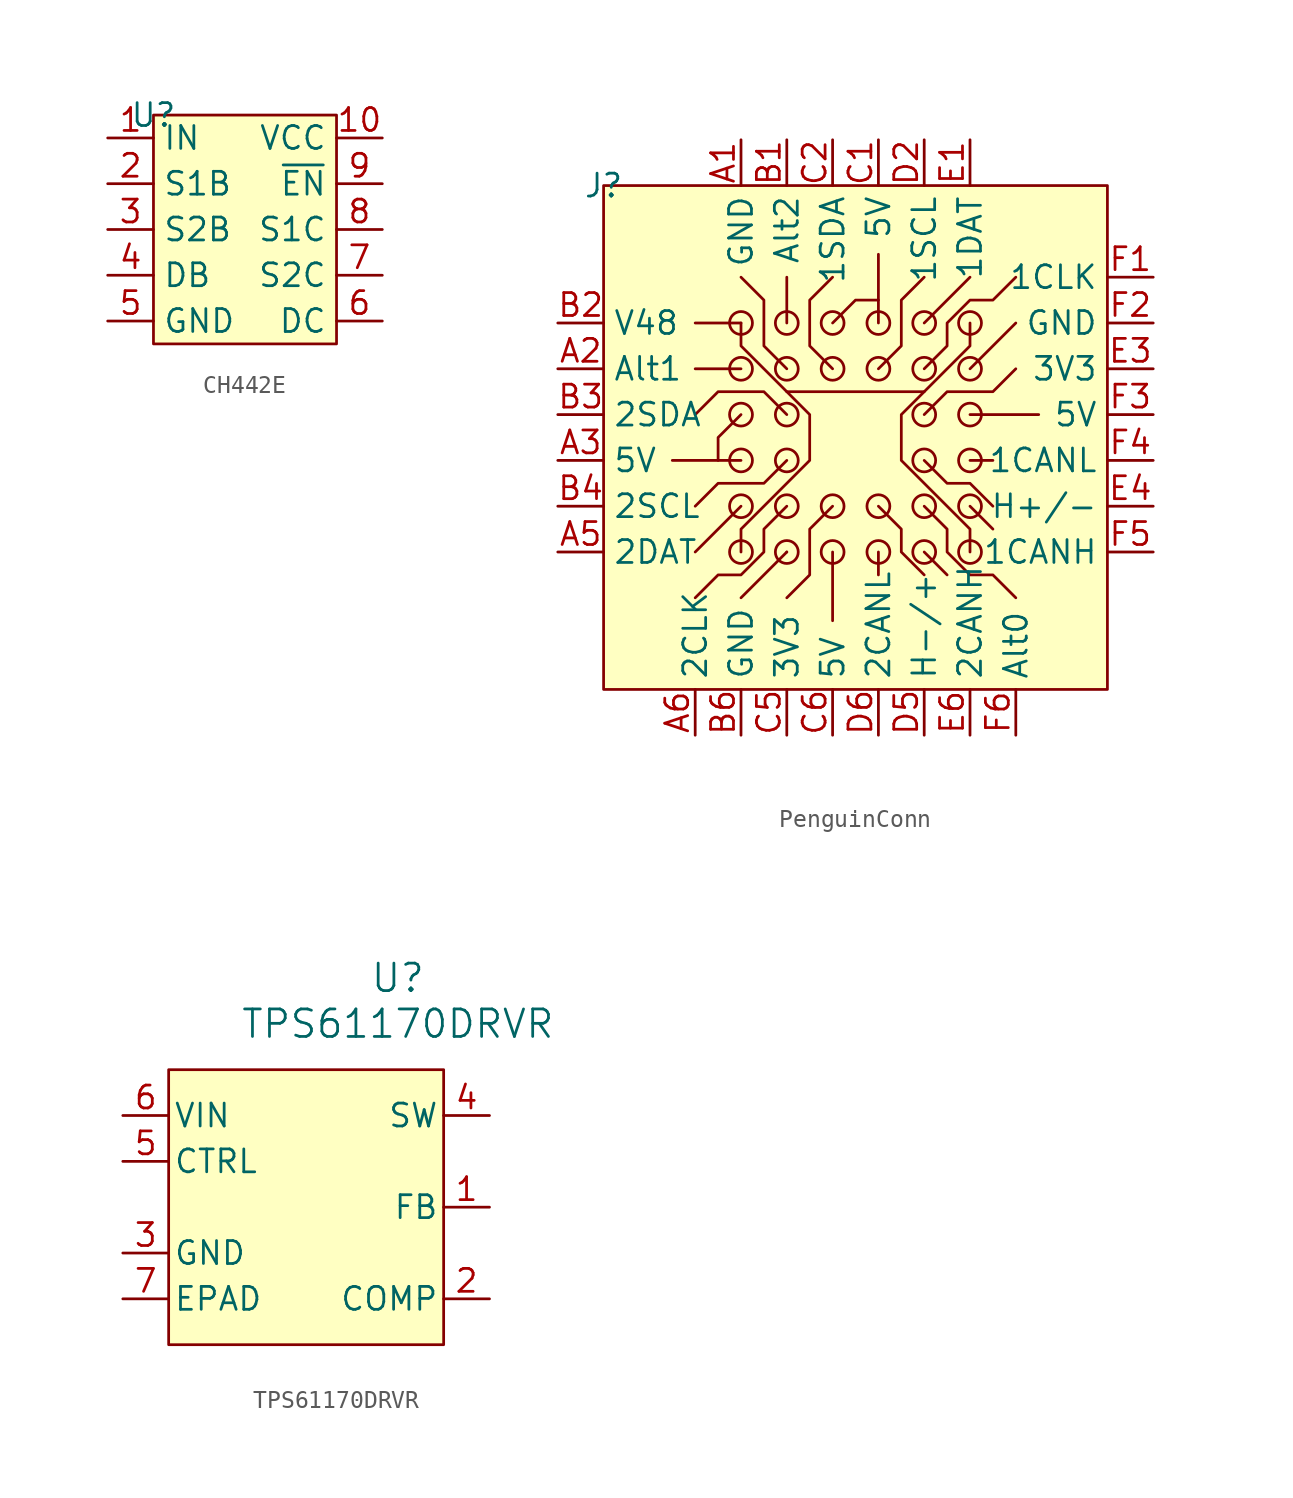
<source format=kicad_sym>
(kicad_symbol_lib
  (version 20231120)
  (generator "kicad_symbol_editor")
  (generator_version "8.0")
  (symbol "CH442E"
    (property "Reference" "U"
      (at 0 0 0)
      (effects (font (size 1.27 1.27))))
    (property "Value" ""
      (at 0 0 0)
      (effects (font (size 1.27 1.27))))
    (symbol "CH442E_1_1"
      (rectangle (start 0 0) (end 10.16 -12.7) (stroke (width 0) (type default)) (fill (type background)))
      (pin input line (at -2.54 -1.27 0) (length 2.54) (name "IN" (effects (font (size 1.27 1.27)))) (number "1" (effects (font (size 1.27 1.27)))))
      (pin input line (at 12.7 -1.27 180) (length 2.54) (name "VCC" (effects (font (size 1.27 1.27)))) (number "10" (effects (font (size 1.27 1.27)))))
      (pin input line (at -2.54 -3.81 0) (length 2.54) (name "S1B" (effects (font (size 1.27 1.27)))) (number "2" (effects (font (size 1.27 1.27)))))
      (pin input line (at -2.54 -6.35 0) (length 2.54) (name "S2B" (effects (font (size 1.27 1.27)))) (number "3" (effects (font (size 1.27 1.27)))))
      (pin input line (at -2.54 -8.89 0) (length 2.54) (name "DB" (effects (font (size 1.27 1.27)))) (number "4" (effects (font (size 1.27 1.27)))))
      (pin input line (at -2.54 -11.43 0) (length 2.54) (name "GND" (effects (font (size 1.27 1.27)))) (number "5" (effects (font (size 1.27 1.27)))))
      (pin input line (at 12.7 -11.43 180) (length 2.54) (name "DC" (effects (font (size 1.27 1.27)))) (number "6" (effects (font (size 1.27 1.27)))))
      (pin input line (at 12.7 -8.89 180) (length 2.54) (name "S2C" (effects (font (size 1.27 1.27)))) (number "7" (effects (font (size 1.27 1.27)))))
      (pin input line (at 12.7 -6.35 180) (length 2.54) (name "S1C" (effects (font (size 1.27 1.27)))) (number "8" (effects (font (size 1.27 1.27)))))
      (pin input line (at 12.7 -3.81 180) (length 2.54) (name "~{EN}" (effects (font (size 1.27 1.27)))) (number "9" (effects (font (size 1.27 1.27)))))))
  (symbol "PenguinConn"
    (property "Reference" "J"
      (at 0 0 0)
      (effects (font (size 1.27 1.27))))
    (property "Value" ""
      (at 0 0 0)
      (effects (font (size 1.27 1.27))))
    (symbol "PenguinConn_0_1"
      (polyline (pts (xy 5.08 -7.62) (xy 7.62 -7.62)) (stroke (width 0) (type default)) (fill (type none)))
      (polyline (pts (xy 7.62 -17.78) (xy 5.08 -20.32)) (stroke (width 0) (type default)) (fill (type none)))
      (polyline (pts (xy 7.62 -15.24) (xy 3.81 -15.24)) (stroke (width 0) (type default)) (fill (type none)))
      (polyline (pts (xy 10.16 -20.32) (xy 7.62 -22.86)) (stroke (width 0) (type default)) (fill (type none)))
      (polyline (pts (xy 10.16 -20.32) (xy 10.16 -20.32)) (stroke (width 0) (type default)) (fill (type none)))
      (polyline (pts (xy 10.16 -7.62) (xy 10.16 -5.08)) (stroke (width 0) (type default)) (fill (type none)))
      (polyline (pts (xy 12.7 -20.32) (xy 12.7 -24.13)) (stroke (width 0) (type default)) (fill (type none)))
      (polyline (pts (xy 15.24 -20.32) (xy 15.24 -21.59)) (stroke (width 0) (type default)) (fill (type none)))
      (polyline (pts (xy 15.24 -7.62) (xy 15.24 -3.81)) (stroke (width 0) (type default)) (fill (type none)))
      (polyline (pts (xy 17.78 -20.32) (xy 19.05 -21.59)) (stroke (width 0) (type default)) (fill (type none)))
      (polyline (pts (xy 17.78 -7.62) (xy 20.32 -5.08)) (stroke (width 0) (type default)) (fill (type none)))
      (polyline (pts (xy 20.32 -17.78) (xy 21.59 -19.05)) (stroke (width 0) (type default)) (fill (type none)))
      (polyline (pts (xy 20.32 -15.24) (xy 21.59 -15.24)) (stroke (width 0) (type default)) (fill (type none)))
      (polyline (pts (xy 20.32 -12.7) (xy 24.13 -12.7)) (stroke (width 0) (type default)) (fill (type none)))
      (polyline (pts (xy 20.32 -10.16) (xy 22.86 -7.62)) (stroke (width 0) (type default)) (fill (type none)))
      (polyline (pts (xy 7.62 -12.7) (xy 6.35 -13.97) (xy 6.35 -15.24)) (stroke (width 0) (type default)) (fill (type none)))
      (polyline (pts (xy 12.7 -7.62) (xy 13.97 -6.35) (xy 15.24 -6.35)) (stroke (width 0) (type default)) (fill (type none)))
      (polyline (pts (xy 7.62 -5.08) (xy 8.89 -6.35) (xy 8.89 -8.89) (xy 10.16 -10.16)) (stroke (width 0) (type default)) (fill (type none)))
      (polyline (pts (xy 10.16 -15.24) (xy 8.89 -16.51) (xy 6.35 -16.51) (xy 5.08 -17.78)) (stroke (width 0) (type default)) (fill (type none)))
      (polyline (pts (xy 10.16 -12.7) (xy 8.89 -11.43) (xy 6.35 -11.43) (xy 5.08 -12.7)) (stroke (width 0) (type default)) (fill (type none)))
      (polyline (pts (xy 12.7 -17.78) (xy 11.43 -19.05) (xy 11.43 -21.59) (xy 10.16 -22.86)) (stroke (width 0) (type default)) (fill (type none)))
      (polyline (pts (xy 12.7 -10.16) (xy 11.43 -8.89) (xy 11.43 -6.35) (xy 12.7 -5.08)) (stroke (width 0) (type default)) (fill (type none)))
      (polyline (pts (xy 15.24 -17.78) (xy 16.51 -19.05) (xy 16.51 -20.32) (xy 17.78 -21.59)) (stroke (width 0) (type default)) (fill (type none)))
      (polyline (pts (xy 15.24 -10.16) (xy 16.51 -8.89) (xy 16.51 -6.35) (xy 17.78 -5.08)) (stroke (width 0) (type default)) (fill (type none)))
      (polyline (pts (xy 17.78 -15.24) (xy 19.05 -16.51) (xy 20.32 -16.51) (xy 21.59 -17.78)) (stroke (width 0) (type default)) (fill (type none)))
      (polyline (pts (xy 17.78 -12.7) (xy 19.05 -11.43) (xy 21.59 -11.43) (xy 22.86 -10.16)) (stroke (width 0) (type default)) (fill (type none)))
      (polyline (pts (xy 7.62 -20.32) (xy 7.62 -19.05) (xy 11.43 -15.24) (xy 11.43 -12.7) (xy 10.16 -11.43)) (stroke (width 0) (type default)) (fill (type none)))
      (polyline (pts (xy 20.32 -20.32) (xy 20.32 -19.05) (xy 16.51 -15.24) (xy 16.51 -12.7) (xy 17.78 -11.43)) (stroke (width 0) (type default)) (fill (type none)))
      (polyline (pts (xy 5.08 -22.86) (xy 6.35 -21.59) (xy 7.62 -21.59) (xy 8.89 -20.32) (xy 8.89 -19.05) (xy 10.16 -17.78)) (stroke (width 0) (type default)) (fill (type none)))
      (polyline (pts (xy 17.78 -17.78) (xy 19.05 -19.05) (xy 19.05 -20.32) (xy 20.32 -21.59) (xy 21.59 -21.59) (xy 22.86 -22.86)) (stroke (width 0) (type default)) (fill (type none)))
      (polyline (pts (xy 17.78 -10.16) (xy 19.05 -8.89) (xy 19.05 -7.62) (xy 20.32 -6.35) (xy 21.59 -6.35) (xy 22.86 -5.08)) (stroke (width 0) (type default)) (fill (type none)))
      (polyline (pts (xy 7.62 -7.62) (xy 7.62 -8.89) (xy 8.89 -10.16) (xy 10.16 -11.43) (xy 16.51 -11.43) (xy 17.78 -11.43) (xy 19.05 -10.16) (xy 20.32 -8.89) (xy 20.32 -7.62)) (stroke (width 0) (type default)) (fill (type none)))
      (circle (center 7.62 -20.32) (radius 0.635) (stroke (width 0) (type default)) (fill (type none)))
      (circle (center 7.62 -17.78) (radius 0.635) (stroke (width 0) (type default)) (fill (type none)))
      (circle (center 7.62 -15.24) (radius 0.635) (stroke (width 0) (type default)) (fill (type none)))
      (circle (center 7.62 -12.7) (radius 0.635) (stroke (width 0) (type default)) (fill (type none)))
      (circle (center 10.16 -20.32) (radius 0.635) (stroke (width 0) (type default)) (fill (type none)))
      (circle (center 10.16 -17.78) (radius 0.635) (stroke (width 0) (type default)) (fill (type none)))
      (circle (center 10.16 -15.24) (radius 0.635) (stroke (width 0) (type default)) (fill (type none)))
      (circle (center 10.16 -12.7) (radius 0.635) (stroke (width 0) (type default)) (fill (type none)))
      (circle (center 10.16 -7.62) (radius 0.635) (stroke (width 0) (type default)) (fill (type none)))
      (circle (center 12.7 -20.32) (radius 0.635) (stroke (width 0) (type default)) (fill (type none)))
      (circle (center 12.7 -17.78) (radius 0.635) (stroke (width 0) (type default)) (fill (type none)))
      (circle (center 12.7 -10.16) (radius 0.635) (stroke (width 0) (type default)) (fill (type none)))
      (circle (center 12.7 -7.62) (radius 0.635) (stroke (width 0) (type default)) (fill (type none)))
      (circle (center 15.24 -20.32) (radius 0.635) (stroke (width 0) (type default)) (fill (type none)))
      (circle (center 15.24 -17.78) (radius 0.635) (stroke (width 0) (type default)) (fill (type none)))
      (circle (center 15.24 -10.16) (radius 0.635) (stroke (width 0) (type default)) (fill (type none)))
      (circle (center 15.24 -7.62) (radius 0.635) (stroke (width 0) (type default)) (fill (type none)))
      (circle (center 17.78 -20.32) (radius 0.635) (stroke (width 0) (type default)) (fill (type none)))
      (circle (center 17.78 -17.78) (radius 0.635) (stroke (width 0) (type default)) (fill (type none)))
      (circle (center 17.78 -15.24) (radius 0.635) (stroke (width 0) (type default)) (fill (type none)))
      (circle (center 17.78 -12.7) (radius 0.635) (stroke (width 0) (type default)) (fill (type none)))
      (circle (center 17.78 -10.16) (radius 0.635) (stroke (width 0) (type default)) (fill (type none)))
      (circle (center 17.78 -7.62) (radius 0.635) (stroke (width 0) (type default)) (fill (type none)))
      (circle (center 20.32 -20.32) (radius 0.635) (stroke (width 0) (type default)) (fill (type none)))
      (circle (center 20.32 -17.78) (radius 0.635) (stroke (width 0) (type default)) (fill (type none)))
      (circle (center 20.32 -15.24) (radius 0.635) (stroke (width 0) (type default)) (fill (type none)))
      (circle (center 20.32 -12.7) (radius 0.635) (stroke (width 0) (type default)) (fill (type none)))
      (circle (center 20.32 -10.16) (radius 0.635) (stroke (width 0) (type default)) (fill (type none)))
      (circle (center 20.32 -7.62) (radius 0.635) (stroke (width 0) (type default)) (fill (type none))))
    (symbol "PenguinConn_1_1"
      (polyline (pts (xy 7.62 -10.16) (xy 5.08 -10.16)) (stroke (width 0) (type default)) (fill (type none)))
      (rectangle (start 0 0) (end 27.94 -27.94) (stroke (width 0) (type default)) (fill (type background)))
      (circle (center 7.62 -10.16) (radius 0.635) (stroke (width 0) (type default)) (fill (type none)))
      (circle (center 7.62 -7.62) (radius 0.635) (stroke (width 0) (type default)) (fill (type none)))
      (circle (center 10.16 -10.16) (radius 0.635) (stroke (width 0) (type default)) (fill (type none)))
      (pin passive line (at 7.62 2.54 270) (length 2.54) (name "GND" (effects (font (size 1.27 1.27)))) (number "A1" (effects (font (size 1.27 1.27)))))
      (pin bidirectional line (at -2.54 -10.16 0) (length 2.54) (name "Alt1" (effects (font (size 1.27 1.27)))) (number "A2" (effects (font (size 1.27 1.27)))))
      (pin bidirectional line (at -2.54 -15.24 0) (length 2.54) (name "5V" (effects (font (size 1.27 1.27)))) (number "A3" (effects (font (size 1.27 1.27)))))
      (pin bidirectional line (at -2.54 -15.24 0) (length 2.54) hide (name "5V" (effects (font (size 1.27 1.27)))) (number "A4" (effects (font (size 1.27 1.27)))))
      (pin bidirectional line (at -2.54 -20.32 0) (length 2.54) (name "2DAT" (effects (font (size 1.27 1.27)))) (number "A5" (effects (font (size 1.27 1.27)))))
      (pin bidirectional line (at 5.08 -30.48 90) (length 2.54) (name "2CLK" (effects (font (size 1.27 1.27)))) (number "A6" (effects (font (size 1.27 1.27)))))
      (pin bidirectional line (at 10.16 2.54 270) (length 2.54) (name "Alt2" (effects (font (size 1.27 1.27)))) (number "B1" (effects (font (size 1.27 1.27)))))
      (pin bidirectional line (at -2.54 -7.62 0) (length 2.54) (name "V48" (effects (font (size 1.27 1.27)))) (number "B2" (effects (font (size 1.27 1.27)))))
      (pin bidirectional line (at -2.54 -12.7 0) (length 2.54) (name "2SDA" (effects (font (size 1.27 1.27)))) (number "B3" (effects (font (size 1.27 1.27)))))
      (pin bidirectional line (at -2.54 -17.78 0) (length 2.54) (name "2SCL" (effects (font (size 1.27 1.27)))) (number "B4" (effects (font (size 1.27 1.27)))))
      (pin bidirectional line (at -2.54 -7.62 0) (length 2.54) hide (name "V48" (effects (font (size 1.27 1.27)))) (number "B5" (effects (font (size 1.27 1.27)))))
      (pin passive line (at 7.62 -30.48 90) (length 2.54) (name "GND" (effects (font (size 1.27 1.27)))) (number "B6" (effects (font (size 1.27 1.27)))))
      (pin bidirectional line (at 15.24 2.54 270) (length 2.54) (name "5V" (effects (font (size 1.27 1.27)))) (number "C1" (effects (font (size 1.27 1.27)))))
      (pin bidirectional line (at 12.7 2.54 270) (length 2.54) (name "1SDA" (effects (font (size 1.27 1.27)))) (number "C2" (effects (font (size 1.27 1.27)))))
      (pin bidirectional line (at 10.16 -30.48 90) (length 2.54) (name "3V3" (effects (font (size 1.27 1.27)))) (number "C5" (effects (font (size 1.27 1.27)))))
      (pin bidirectional line (at 12.7 -30.48 90) (length 2.54) (name "5V" (effects (font (size 1.27 1.27)))) (number "C6" (effects (font (size 1.27 1.27)))))
      (pin bidirectional line (at 15.24 2.54 270) (length 2.54) hide (name "5V" (effects (font (size 1.27 1.27)))) (number "D1" (effects (font (size 1.27 1.27)))))
      (pin bidirectional line (at 17.78 2.54 270) (length 2.54) (name "1SCL" (effects (font (size 1.27 1.27)))) (number "D2" (effects (font (size 1.27 1.27)))))
      (pin bidirectional line (at 17.78 -30.48 90) (length 2.54) (name "H-/+" (effects (font (size 1.27 1.27)))) (number "D5" (effects (font (size 1.27 1.27)))))
      (pin bidirectional line (at 15.24 -30.48 90) (length 2.54) (name "2CANL" (effects (font (size 1.27 1.27)))) (number "D6" (effects (font (size 1.27 1.27)))))
      (pin bidirectional line (at 20.32 2.54 270) (length 2.54) (name "1DAT" (effects (font (size 1.27 1.27)))) (number "E1" (effects (font (size 1.27 1.27)))))
      (pin bidirectional line (at -2.54 -7.62 0) (length 2.54) hide (name "V48" (effects (font (size 1.27 1.27)))) (number "E2" (effects (font (size 1.27 1.27)))))
      (pin bidirectional line (at 30.48 -10.16 180) (length 2.54) (name "3V3" (effects (font (size 1.27 1.27)))) (number "E3" (effects (font (size 1.27 1.27)))))
      (pin bidirectional line (at 30.48 -17.78 180) (length 2.54) (name "H+/-" (effects (font (size 1.27 1.27)))) (number "E4" (effects (font (size 1.27 1.27)))))
      (pin bidirectional line (at -2.54 -7.62 0) (length 2.54) hide (name "V48" (effects (font (size 1.27 1.27)))) (number "E5" (effects (font (size 1.27 1.27)))))
      (pin bidirectional line (at 20.32 -30.48 90) (length 2.54) (name "2CANH" (effects (font (size 1.27 1.27)))) (number "E6" (effects (font (size 1.27 1.27)))))
      (pin bidirectional line (at 30.48 -5.08 180) (length 2.54) (name "1CLK" (effects (font (size 1.27 1.27)))) (number "F1" (effects (font (size 1.27 1.27)))))
      (pin passive line (at 30.48 -7.62 180) (length 2.54) (name "GND" (effects (font (size 1.27 1.27)))) (number "F2" (effects (font (size 1.27 1.27)))))
      (pin bidirectional line (at 30.48 -12.7 180) (length 2.54) (name "5V" (effects (font (size 1.27 1.27)))) (number "F3" (effects (font (size 1.27 1.27)))))
      (pin bidirectional line (at 30.48 -15.24 180) (length 2.54) (name "1CANL" (effects (font (size 1.27 1.27)))) (number "F4" (effects (font (size 1.27 1.27)))))
      (pin bidirectional line (at 30.48 -20.32 180) (length 2.54) (name "1CANH" (effects (font (size 1.27 1.27)))) (number "F5" (effects (font (size 1.27 1.27)))))
      (pin bidirectional line (at 22.86 -30.48 90) (length 2.54) (name "Alt0" (effects (font (size 1.27 1.27)))) (number "F6" (effects (font (size 1.27 1.27)))))))
  (symbol "TPS61170DRVR"
    (pin_names
      (offset 0.254))
    (property "Reference" "U"
      (at 20.32 10.16 0)
      (effects (font (size 1.524 1.524))))
    (property "Value" "TPS61170DRVR"
      (at 20.32 7.62 0)
      (effects (font (size 1.524 1.524))))
    (property "ki_locked" ""
      (at 0 0 0)
      (effects (font (size 1.27 1.27))))
    (symbol "TPS61170DRVR_1_1"
      (rectangle (start 7.62 5.08) (end 22.86 -10.16) (stroke (width 0) (type default)) (fill (type background)))
      (pin input line (at 25.4 -2.54 180) (length 2.54) (name "FB" (effects (font (size 1.27 1.27)))) (number "1" (effects (font (size 1.27 1.27)))))
      (pin output line (at 25.4 -7.62 180) (length 2.54) (name "COMP" (effects (font (size 1.27 1.27)))) (number "2" (effects (font (size 1.27 1.27)))))
      (pin output line (at 5.08 -5.08 0) (length 2.54) (name "GND" (effects (font (size 1.27 1.27)))) (number "3" (effects (font (size 1.27 1.27)))))
      (pin input line (at 25.4 2.54 180) (length 2.54) (name "SW" (effects (font (size 1.27 1.27)))) (number "4" (effects (font (size 1.27 1.27)))))
      (pin input line (at 5.08 0 0) (length 2.54) (name "CTRL" (effects (font (size 1.27 1.27)))) (number "5" (effects (font (size 1.27 1.27)))))
      (pin input line (at 5.08 2.54 0) (length 2.54) (name "VIN" (effects (font (size 1.27 1.27)))) (number "6" (effects (font (size 1.27 1.27)))))
      (pin unspecified line (at 5.08 -7.62 0) (length 2.54) (name "EPAD" (effects (font (size 1.27 1.27)))) (number "7" (effects (font (size 1.27 1.27))))))))
</source>
